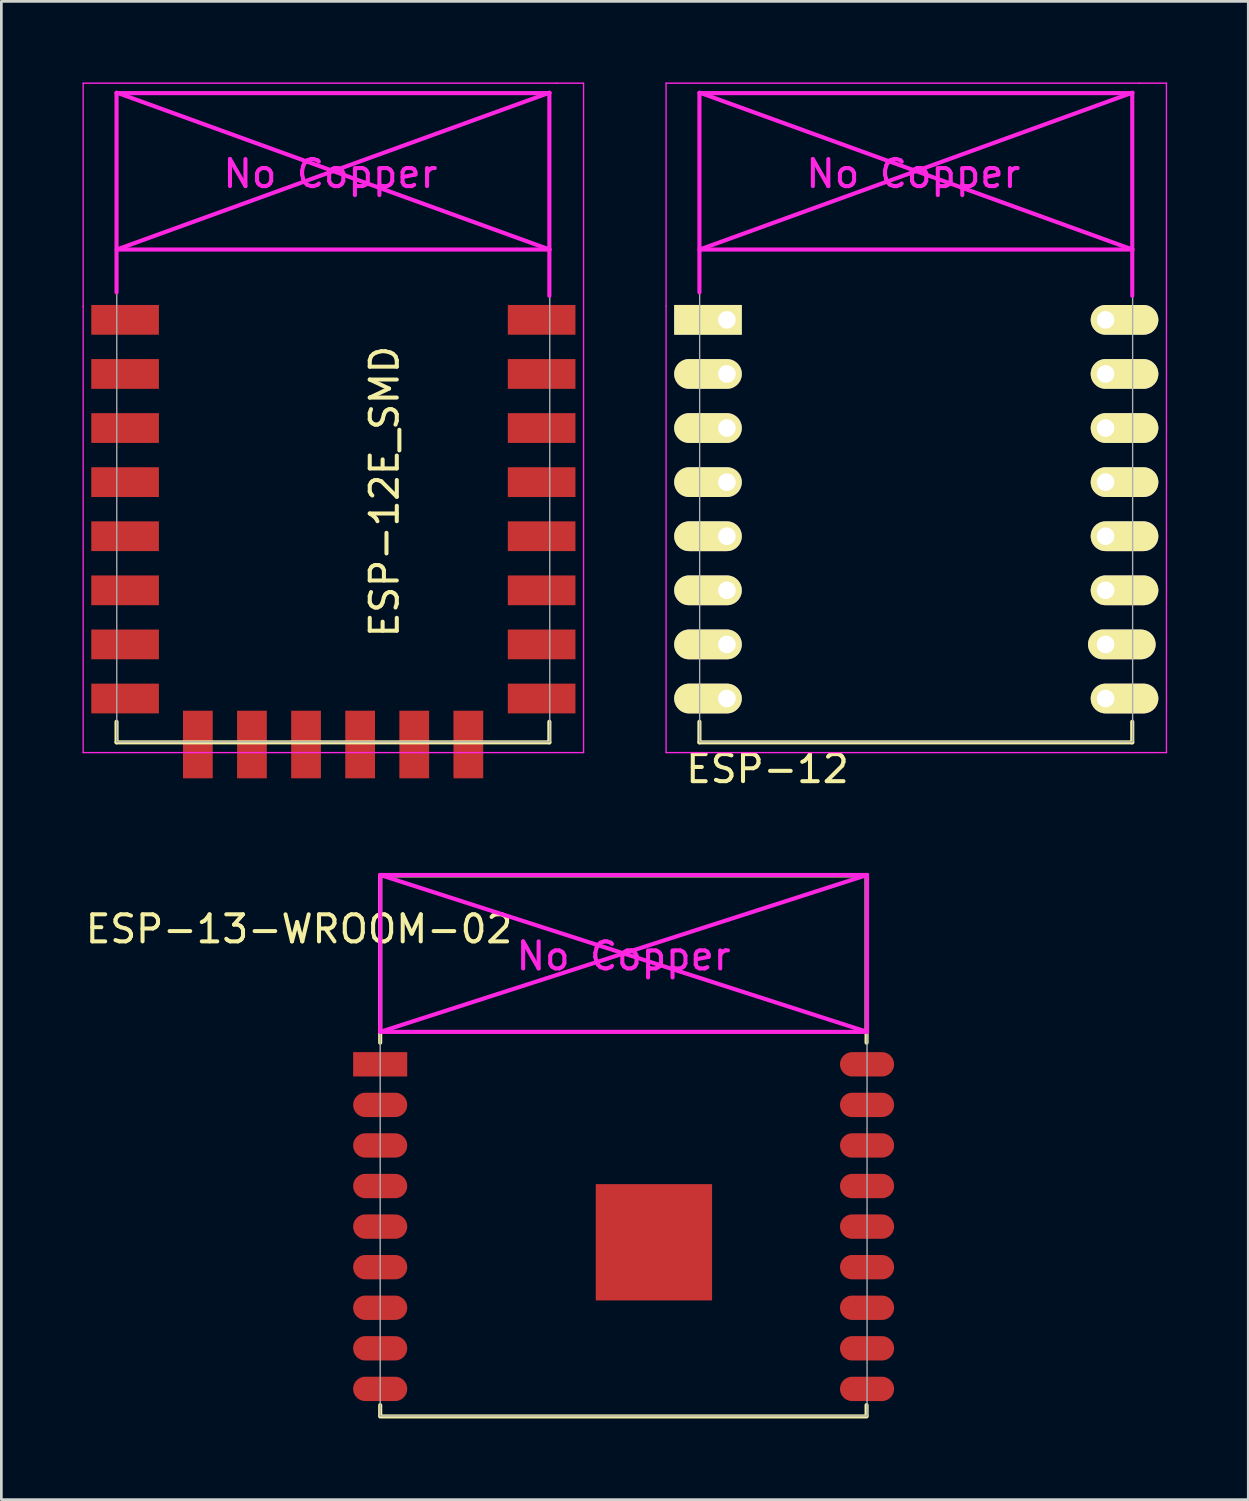
<source format=kicad_pcb>
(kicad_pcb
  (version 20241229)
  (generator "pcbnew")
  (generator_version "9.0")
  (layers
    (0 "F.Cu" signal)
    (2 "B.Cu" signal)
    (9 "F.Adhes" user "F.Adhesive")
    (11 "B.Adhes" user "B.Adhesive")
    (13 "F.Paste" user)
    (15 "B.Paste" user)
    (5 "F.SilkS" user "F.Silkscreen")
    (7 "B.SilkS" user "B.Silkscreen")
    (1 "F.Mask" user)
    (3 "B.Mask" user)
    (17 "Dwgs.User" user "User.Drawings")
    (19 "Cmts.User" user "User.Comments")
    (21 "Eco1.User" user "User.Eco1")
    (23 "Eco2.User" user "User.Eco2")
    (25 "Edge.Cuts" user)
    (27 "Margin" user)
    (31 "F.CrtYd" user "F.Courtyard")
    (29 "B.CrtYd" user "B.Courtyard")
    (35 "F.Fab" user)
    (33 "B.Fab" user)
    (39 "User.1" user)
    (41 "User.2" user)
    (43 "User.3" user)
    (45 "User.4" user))
  (footprint "ESP-13-WROOM-02"
    (layer "F.Cu")
    (at 11.006 36.299)
    (property "Reference" "ESP-13-WROOM-02" (at -3 -5 0) (layer "F.SilkS") (effects (font (size 1 1) (thickness 0.15))))
    (attr through_hole)
    (fp_line (start 0 -6.985) (end 0 -0.8) (stroke (width 0.152) (type solid)) (layer "F.SilkS"))
    (fp_line (start 0 12.6) (end 0 12.979) (stroke (width 0.152) (type solid)) (layer "F.SilkS"))
    (fp_line (start 0 13.018) (end 17.983 13.018) (stroke (width 0.152) (type solid)) (layer "F.SilkS"))
    (fp_line (start 17.971 -6.985) (end 0 -6.985) (stroke (width 0.152) (type solid)) (layer "F.SilkS"))
    (fp_line (start 17.983 -6.985) (end 17.983 -0.8) (stroke (width 0.152) (type solid)) (layer "F.SilkS"))
    (fp_line (start 17.983 12.6) (end 17.983 12.979) (stroke (width 0.152) (type solid)) (layer "F.SilkS"))
    (fp_line (start 0 -7) (end 0 -1.2) (stroke (width 0.152) (type solid)) (layer "F.CrtYd"))
    (fp_line (start 0 -7) (end 18 -1.2) (stroke (width 0.152) (type solid)) (layer "F.CrtYd"))
    (fp_line (start 0 -1.2) (end 18 -1.2) (stroke (width 0.152) (type solid)) (layer "F.CrtYd"))
    (fp_line (start 18 -7) (end 0 -7) (stroke (width 0.152) (type solid)) (layer "F.CrtYd"))
    (fp_line (start 18 -7) (end 0 -1.2) (stroke (width 0.152) (type solid)) (layer "F.CrtYd"))
    (fp_line (start 18 -1.2) (end 18 -7) (stroke (width 0.152) (type solid)) (layer "F.CrtYd"))
    (fp_line (start 0 -7) (end 18 -7) (stroke (width 0.05) (type solid)) (layer "F.Fab"))
    (fp_line (start 0 13) (end 0 -7) (stroke (width 0.05) (type solid)) (layer "F.Fab"))
    (fp_line (start 0 13) (end 18 13) (stroke (width 0.05) (type solid)) (layer "F.Fab"))
    (fp_line (start 18 -7) (end 18 13) (stroke (width 0.05) (type solid)) (layer "F.Fab"))
    (fp_text user "No Copper" (at 9 -4 0) (layer "F.CrtYd") (effects (font (size 1 1) (thickness 0.15))))
    (pad "1" smd rect (at 0 0) (size 2 0.9) (layers "F.Cu" "F.Mask" "F.Paste"))
    (pad "2" smd oval (at 0 1.5) (size 2 0.9) (layers "F.Cu" "F.Mask" "F.Paste"))
    (pad "3" smd oval (at 0 3) (size 2 0.9) (layers "F.Cu" "F.Mask" "F.Paste"))
    (pad "4" smd oval (at 0 4.5) (size 2 0.9) (layers "F.Cu" "F.Mask" "F.Paste"))
    (pad "5" smd oval (at 0 6) (size 2 0.9) (layers "F.Cu" "F.Mask" "F.Paste"))
    (pad "6" smd oval (at 0 7.5) (size 2 0.9) (layers "F.Cu" "F.Mask" "F.Paste"))
    (pad "7" smd oval (at 0 9) (size 2 0.9) (layers "F.Cu" "F.Mask" "F.Paste"))
    (pad "8" smd oval (at 0 10.5) (size 2 0.9) (layers "F.Cu" "F.Mask" "F.Paste"))
    (pad "9" smd oval (at 0 12) (size 2 0.9) (layers "F.Cu" "F.Mask" "F.Paste"))
    (pad "10" smd oval (at 18 12) (size 2 0.9) (layers "F.Cu" "F.Mask" "F.Paste"))
    (pad "11" smd oval (at 18 10.5) (size 2 0.9) (layers "F.Cu" "F.Mask" "F.Paste"))
    (pad "12" smd oval (at 18 9) (size 2 0.9) (layers "F.Cu" "F.Mask" "F.Paste"))
    (pad "13" smd oval (at 18 7.5) (size 2 0.9) (layers "F.Cu" "F.Mask" "F.Paste"))
    (pad "14" smd oval (at 18 6) (size 2 0.9) (layers "F.Cu" "F.Mask" "F.Paste"))
    (pad "15" smd oval (at 18 4.5) (size 2 0.9) (layers "F.Cu" "F.Mask" "F.Paste"))
    (pad "16" smd oval (at 18 3) (size 2 0.9) (layers "F.Cu" "F.Mask" "F.Paste"))
    (pad "17" smd oval (at 18 1.5) (size 2 0.9) (layers "F.Cu" "F.Mask" "F.Paste"))
    (pad "18" smd oval (at 18 0) (size 2 0.9) (layers "F.Cu" "F.Mask" "F.Paste"))
    (pad "PAD" smd rect (at 10.12 6.58) (size 4.3 4.3) (layers "F.Cu" "F.Mask" "F.Paste")))
  (footprint "ESP-12"
    (layer "F.Cu")
    (at 23.825 8.775)
    (property "Reference" "ESP-12" (at 1.5 16.6 0) (layer "F.SilkS") (effects (font (size 1 1) (thickness 0.15))))
    (attr through_hole)
    (fp_line (start -1.016 14.859) (end -1.016 15.621) (stroke (width 0.152) (type solid)) (layer "F.SilkS"))
    (fp_line (start -1.016 15.621) (end 14.986 15.621) (stroke (width 0.152) (type solid)) (layer "F.SilkS"))
    (fp_line (start 14.986 15.621) (end 14.986 14.859) (stroke (width 0.152) (type solid)) (layer "F.SilkS"))
    (fp_line (start -2.25 -8.75) (end 15.25 -8.75) (stroke (width 0.05) (type solid)) (layer "F.CrtYd"))
    (fp_line (start -2.25 -0.5) (end -2.25 -8.75) (stroke (width 0.05) (type solid)) (layer "F.CrtYd"))
    (fp_line (start -2.25 16) (end -2.25 -0.5) (stroke (width 0.05) (type solid)) (layer "F.CrtYd"))
    (fp_line (start -1.016 -8.382) (end -1.016 -1.016) (stroke (width 0.152) (type solid)) (layer "F.CrtYd"))
    (fp_line (start -1.016 -8.382) (end 14.986 -8.382) (stroke (width 0.152) (type solid)) (layer "F.CrtYd"))
    (fp_line (start -1.008 -8.4) (end 14.992 -2.6) (stroke (width 0.152) (type solid)) (layer "F.CrtYd"))
    (fp_line (start -1.008 -2.6) (end 14.992 -2.6) (stroke (width 0.152) (type solid)) (layer "F.CrtYd"))
    (fp_line (start 14.986 -8.382) (end 14.986 -0.889) (stroke (width 0.152) (type solid)) (layer "F.CrtYd"))
    (fp_line (start 14.992 -8.4) (end -1.008 -2.6) (stroke (width 0.152) (type solid)) (layer "F.CrtYd"))
    (fp_line (start 15.25 -8.75) (end 16.25 -8.75) (stroke (width 0.05) (type solid)) (layer "F.CrtYd"))
    (fp_line (start 16.25 -8.75) (end 16.25 16) (stroke (width 0.05) (type solid)) (layer "F.CrtYd"))
    (fp_line (start 16.25 16) (end -2.25 16) (stroke (width 0.05) (type solid)) (layer "F.CrtYd"))
    (fp_line (start -1.008 -8.4) (end 14.992 -8.4) (stroke (width 0.05) (type solid)) (layer "F.Fab"))
    (fp_line (start -1.008 15.6) (end -1.008 -8.4) (stroke (width 0.05) (type solid)) (layer "F.Fab"))
    (fp_line (start 14.992 15.6) (end -1.008 15.6) (stroke (width 0.05) (type solid)) (layer "F.Fab"))
    (fp_line (start 15 -8.4) (end 15 15.6) (stroke (width 0.05) (type solid)) (layer "F.Fab"))
    (fp_text user "No Copper" (at 6.892 -5.4 0) (layer "F.CrtYd") (effects (font (size 1 1) (thickness 0.15))))
    (pad "1" thru_hole rect (at 0 0) (size 2.5 1.1) (drill 0.65 (offset -0.7 0)) (layers "*.Cu" "*.Mask" "F.SilkS"))
    (pad "2" thru_hole oval (at 0 2) (size 2.5 1.1) (drill 0.65 (offset -0.7 0)) (layers "*.Cu" "*.Mask" "F.SilkS"))
    (pad "3" thru_hole oval (at 0 4) (size 2.5 1.1) (drill 0.65 (offset -0.7 0)) (layers "*.Cu" "*.Mask" "F.SilkS"))
    (pad "4" thru_hole oval (at 0 6) (size 2.5 1.1) (drill 0.65 (offset -0.7 0)) (layers "*.Cu" "*.Mask" "F.SilkS"))
    (pad "5" thru_hole oval (at 0 8) (size 2.5 1.1) (drill 0.65 (offset -0.7 0)) (layers "*.Cu" "*.Mask" "F.SilkS"))
    (pad "6" thru_hole oval (at 0 10) (size 2.5 1.1) (drill 0.65 (offset -0.7 0)) (layers "*.Cu" "*.Mask" "F.SilkS"))
    (pad "7" thru_hole oval (at 0 12) (size 2.5 1.1) (drill 0.65 (offset -0.7 0)) (layers "*.Cu" "*.Mask" "F.SilkS"))
    (pad "8" thru_hole oval (at 0 14) (size 2.5 1.1) (drill 0.65 (offset -0.7 0)) (layers "*.Cu" "*.Mask" "F.SilkS"))
    (pad "9" thru_hole oval (at 14 14) (size 2.5 1.1) (drill 0.65 (offset 0.7 0)) (layers "*.Cu" "*.Mask" "F.SilkS"))
    (pad "10" thru_hole oval (at 14 12) (size 2.5 1.1) (drill 0.65 (offset 0.6 0)) (layers "*.Cu" "*.Mask" "F.SilkS"))
    (pad "11" thru_hole oval (at 14 10) (size 2.5 1.1) (drill 0.65 (offset 0.7 0)) (layers "*.Cu" "*.Mask" "F.SilkS"))
    (pad "12" thru_hole oval (at 14 8) (size 2.5 1.1) (drill 0.65 (offset 0.7 0)) (layers "*.Cu" "*.Mask" "F.SilkS"))
    (pad "13" thru_hole oval (at 14 6) (size 2.5 1.1) (drill 0.65 (offset 0.7 0)) (layers "*.Cu" "*.Mask" "F.SilkS"))
    (pad "14" thru_hole oval (at 14 4) (size 2.5 1.1) (drill 0.65 (offset 0.7 0)) (layers "*.Cu" "*.Mask" "F.SilkS"))
    (pad "15" thru_hole oval (at 14 2) (size 2.5 1.1) (drill 0.65 (offset 0.7 0)) (layers "*.Cu" "*.Mask" "F.SilkS"))
    (pad "16" thru_hole oval (at 14 0) (size 2.5 1.1) (drill 0.65 (offset 0.7 0)) (layers "*.Cu" "*.Mask" "F.SilkS")))
  (footprint "ESP-12E_SMD"
    (layer "F.Cu")
    (at 2.275 8.775)
    (property "Reference" "ESP-12E_SMD" (at 8.89 6.35 90) (layer "F.SilkS") (effects (font (size 1 1) (thickness 0.15))))
    (attr through_hole)
    (fp_line (start -1.016 14.859) (end -1.016 15.621) (stroke (width 0.152) (type solid)) (layer "F.SilkS"))
    (fp_line (start -1.016 15.621) (end 14.986 15.621) (stroke (width 0.152) (type solid)) (layer "F.SilkS"))
    (fp_line (start 14.986 15.621) (end 14.986 14.859) (stroke (width 0.152) (type solid)) (layer "F.SilkS"))
    (fp_line (start -2.25 -8.75) (end 15.25 -8.75) (stroke (width 0.05) (type solid)) (layer "F.CrtYd"))
    (fp_line (start -2.25 -0.5) (end -2.25 -8.75) (stroke (width 0.05) (type solid)) (layer "F.CrtYd"))
    (fp_line (start -2.25 16) (end -2.25 -0.5) (stroke (width 0.05) (type solid)) (layer "F.CrtYd"))
    (fp_line (start -1.016 -8.382) (end -1.016 -1.016) (stroke (width 0.152) (type solid)) (layer "F.CrtYd"))
    (fp_line (start -1.016 -8.382) (end 14.986 -8.382) (stroke (width 0.152) (type solid)) (layer "F.CrtYd"))
    (fp_line (start -1.008 -8.4) (end 14.992 -2.6) (stroke (width 0.152) (type solid)) (layer "F.CrtYd"))
    (fp_line (start -1.008 -2.6) (end 14.992 -2.6) (stroke (width 0.152) (type solid)) (layer "F.CrtYd"))
    (fp_line (start 14.986 -8.382) (end 14.986 -0.889) (stroke (width 0.152) (type solid)) (layer "F.CrtYd"))
    (fp_line (start 14.992 -8.4) (end -1.008 -2.6) (stroke (width 0.152) (type solid)) (layer "F.CrtYd"))
    (fp_line (start 15.25 -8.75) (end 16.25 -8.75) (stroke (width 0.05) (type solid)) (layer "F.CrtYd"))
    (fp_line (start 16.25 -8.75) (end 16.25 16) (stroke (width 0.05) (type solid)) (layer "F.CrtYd"))
    (fp_line (start 16.25 16) (end -2.25 16) (stroke (width 0.05) (type solid)) (layer "F.CrtYd"))
    (fp_line (start -1.008 -8.4) (end 14.992 -8.4) (stroke (width 0.05) (type solid)) (layer "F.Fab"))
    (fp_line (start -1.008 15.6) (end -1.008 -8.4) (stroke (width 0.05) (type solid)) (layer "F.Fab"))
    (fp_line (start 14.992 15.6) (end -1.008 15.6) (stroke (width 0.05) (type solid)) (layer "F.Fab"))
    (fp_line (start 15 -8.4) (end 15 15.6) (stroke (width 0.05) (type solid)) (layer "F.Fab"))
    (fp_text user "No Copper" (at 6.892 -5.4 0) (layer "F.CrtYd") (effects (font (size 1 1) (thickness 0.15))))
    (pad "1" smd rect (at 0 0) (size 2.5 1.1) (drill (offset -0.7 0)) (layers "F.Cu" "F.Mask" "F.Paste"))
    (pad "2" smd rect (at 0 2) (size 2.5 1.1) (drill (offset -0.7 0)) (layers "F.Cu" "F.Mask" "F.Paste"))
    (pad "3" smd rect (at 0 4) (size 2.5 1.1) (drill (offset -0.7 0)) (layers "F.Cu" "F.Mask" "F.Paste"))
    (pad "4" smd rect (at 0 6) (size 2.5 1.1) (drill (offset -0.7 0)) (layers "F.Cu" "F.Mask" "F.Paste"))
    (pad "5" smd rect (at 0 8) (size 2.5 1.1) (drill (offset -0.7 0)) (layers "F.Cu" "F.Mask" "F.Paste"))
    (pad "6" smd rect (at 0 10) (size 2.5 1.1) (drill (offset -0.7 0)) (layers "F.Cu" "F.Mask" "F.Paste"))
    (pad "7" smd rect (at 0 12) (size 2.5 1.1) (drill (offset -0.7 0)) (layers "F.Cu" "F.Mask" "F.Paste"))
    (pad "8" smd rect (at 0 14) (size 2.5 1.1) (drill (offset -0.7 0)) (layers "F.Cu" "F.Mask" "F.Paste"))
    (pad "9" smd rect (at 14 14) (size 2.5 1.1) (drill (offset 0.7 0)) (layers "F.Cu" "F.Mask" "F.Paste"))
    (pad "10" smd rect (at 14 12) (size 2.5 1.1) (drill (offset 0.7 0)) (layers "F.Cu" "F.Mask" "F.Paste"))
    (pad "11" smd rect (at 14 10) (size 2.5 1.1) (drill (offset 0.7 0)) (layers "F.Cu" "F.Mask" "F.Paste"))
    (pad "12" smd rect (at 14 8) (size 2.5 1.1) (drill (offset 0.7 0)) (layers "F.Cu" "F.Mask" "F.Paste"))
    (pad "13" smd rect (at 14 6) (size 2.5 1.1) (drill (offset 0.7 0)) (layers "F.Cu" "F.Mask" "F.Paste"))
    (pad "14" smd rect (at 14 4) (size 2.5 1.1) (drill (offset 0.7 0)) (layers "F.Cu" "F.Mask" "F.Paste"))
    (pad "15" smd rect (at 14 2) (size 2.5 1.1) (drill (offset 0.7 0)) (layers "F.Cu" "F.Mask" "F.Paste"))
    (pad "16" smd rect (at 14 0) (size 2.5 1.1) (drill (offset 0.7 0)) (layers "F.Cu" "F.Mask" "F.Paste"))
    (pad "17" smd rect (at 1.99 15 90) (size 2.5 1.1) (drill (offset -0.7 0)) (layers "F.Cu" "F.Mask" "F.Paste"))
    (pad "18" smd rect (at 3.99 15 90) (size 2.5 1.1) (drill (offset -0.7 0)) (layers "F.Cu" "F.Mask" "F.Paste"))
    (pad "19" smd rect (at 5.99 15 90) (size 2.5 1.1) (drill (offset -0.7 0)) (layers "F.Cu" "F.Mask" "F.Paste"))
    (pad "20" smd rect (at 7.99 15 90) (size 2.5 1.1) (drill (offset -0.7 0)) (layers "F.Cu" "F.Mask" "F.Paste"))
    (pad "21" smd rect (at 9.99 15 90) (size 2.5 1.1) (drill (offset -0.7 0)) (layers "F.Cu" "F.Mask" "F.Paste"))
    (pad "22" smd rect (at 11.99 15 90) (size 2.5 1.1) (drill (offset -0.7 0)) (layers "F.Cu" "F.Mask" "F.Paste")))
  (gr_rect
    (start -3 -3)
    (end 43.1 52.393)
    (stroke (width 0.1) (type default))
    (fill no)
    (layer "Edge.Cuts")))
</source>
